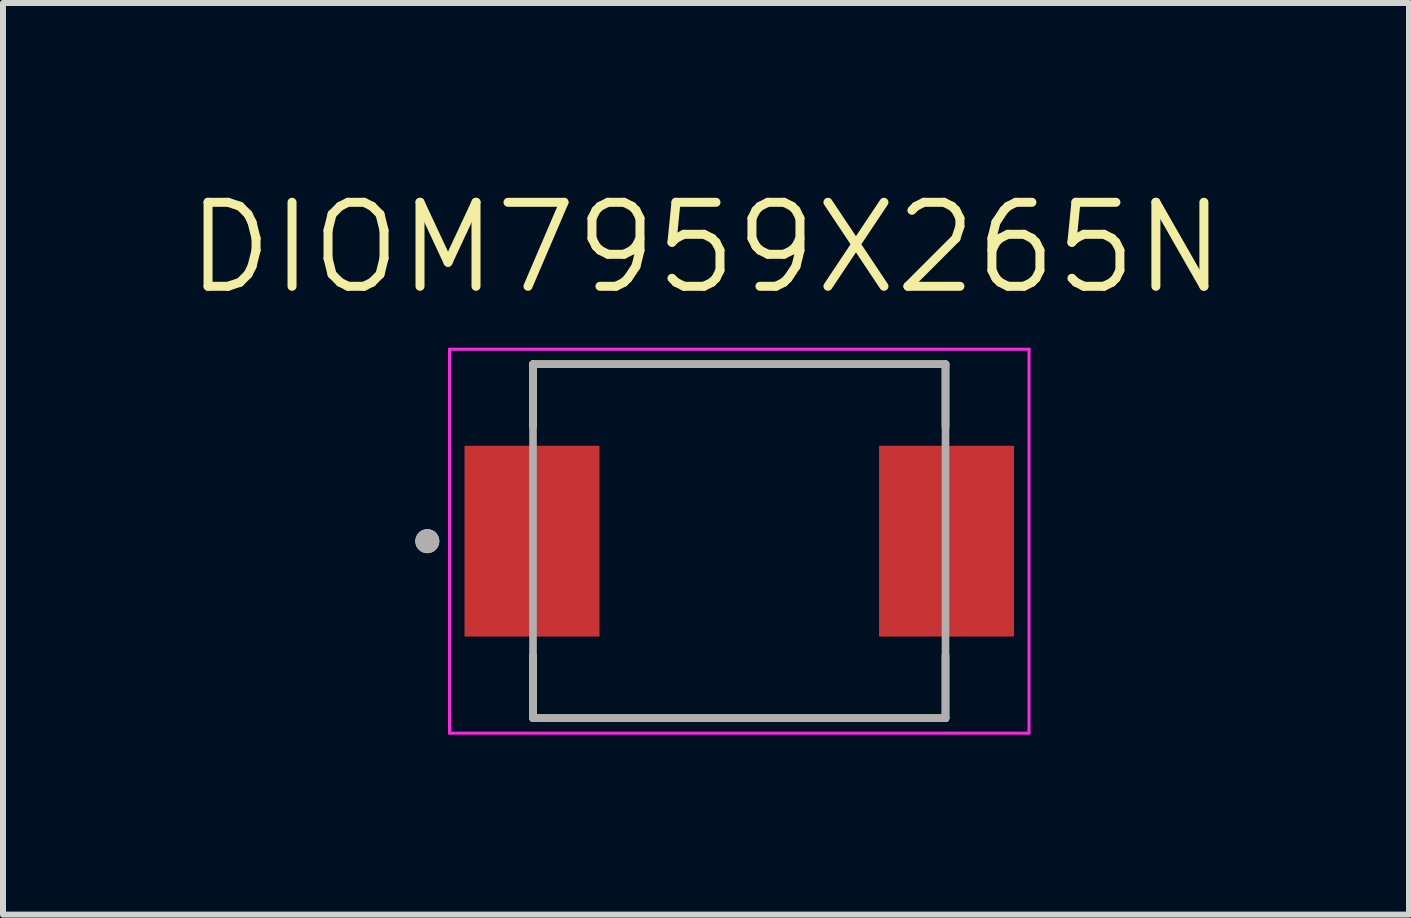
<source format=kicad_pcb>
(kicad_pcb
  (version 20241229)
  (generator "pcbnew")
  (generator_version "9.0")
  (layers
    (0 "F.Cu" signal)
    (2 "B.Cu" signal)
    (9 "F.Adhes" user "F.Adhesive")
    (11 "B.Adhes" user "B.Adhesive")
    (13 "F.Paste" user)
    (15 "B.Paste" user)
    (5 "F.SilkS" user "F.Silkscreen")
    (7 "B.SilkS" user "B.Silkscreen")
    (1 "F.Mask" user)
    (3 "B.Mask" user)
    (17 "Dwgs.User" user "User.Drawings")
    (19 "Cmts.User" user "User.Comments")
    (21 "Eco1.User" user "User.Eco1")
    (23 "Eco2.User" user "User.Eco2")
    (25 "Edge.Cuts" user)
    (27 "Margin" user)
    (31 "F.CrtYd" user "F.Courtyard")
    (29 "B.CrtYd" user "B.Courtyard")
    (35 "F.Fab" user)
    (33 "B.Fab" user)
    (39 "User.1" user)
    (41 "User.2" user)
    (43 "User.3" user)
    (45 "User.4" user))
  (footprint "DIOM7959X265N"
    (layer "F.Cu")
    (at 9.273 5.971)
    (property "Reference" "DIOM7959X265N" (at -0.555 -4.889 0) (layer "F.SilkS") (effects (font (size 1.4 1.4) (thickness 0.15))))
    (attr smd)
    (fp_line (start -3.438 -2.95) (end -3.438 -1.91) (stroke (width 0.127) (type solid)) (layer "F.SilkS"))
    (fp_line (start -3.438 1.91) (end -3.438 2.95) (stroke (width 0.127) (type solid)) (layer "F.SilkS"))
    (fp_line (start -3.438 2.95) (end 3.438 2.95) (stroke (width 0.127) (type solid)) (layer "F.SilkS"))
    (fp_line (start 3.438 -2.95) (end -3.438 -2.95) (stroke (width 0.127) (type solid)) (layer "F.SilkS"))
    (fp_line (start 3.438 -1.91) (end 3.438 -2.95) (stroke (width 0.127) (type solid)) (layer "F.SilkS"))
    (fp_line (start 3.438 2.95) (end 3.438 1.91) (stroke (width 0.127) (type solid)) (layer "F.SilkS"))
    (fp_circle (center -5.2 0) (end -5.1 0) (stroke (width 0.2) (type solid)) (fill no) (layer "F.SilkS"))
    (fp_line (start -4.83 -3.2) (end -4.83 3.2) (stroke (width 0.05) (type solid)) (layer "F.CrtYd"))
    (fp_line (start -4.83 3.2) (end 4.83 3.2) (stroke (width 0.05) (type solid)) (layer "F.CrtYd"))
    (fp_line (start 4.83 -3.2) (end -4.83 -3.2) (stroke (width 0.05) (type solid)) (layer "F.CrtYd"))
    (fp_line (start 4.83 3.2) (end 4.83 -3.2) (stroke (width 0.05) (type solid)) (layer "F.CrtYd"))
    (fp_line (start -3.438 -2.95) (end -3.438 2.95) (stroke (width 0.127) (type solid)) (layer "F.Fab"))
    (fp_line (start -3.438 2.95) (end 3.438 2.95) (stroke (width 0.127) (type solid)) (layer "F.Fab"))
    (fp_line (start 3.438 -2.95) (end -3.438 -2.95) (stroke (width 0.127) (type solid)) (layer "F.Fab"))
    (fp_line (start 3.438 2.95) (end 3.438 -2.95) (stroke (width 0.127) (type solid)) (layer "F.Fab"))
    (fp_circle (center -5.2 0) (end -5.1 0) (stroke (width 0.2) (type solid)) (fill no) (layer "F.Fab"))
    (pad "A" smd rect (at 3.455 0 180) (size 2.25 3.18) (layers "F.Cu" "F.Mask" "F.Paste"))
    (pad "C" smd rect (at -3.455 0) (size 2.25 3.18) (layers "F.Cu" "F.Mask" "F.Paste")))
  (gr_rect
    (start -3 -3)
    (end 20.437 12.196)
    (stroke (width 0.1) (type default))
    (fill no)
    (layer "Edge.Cuts")))
</source>
